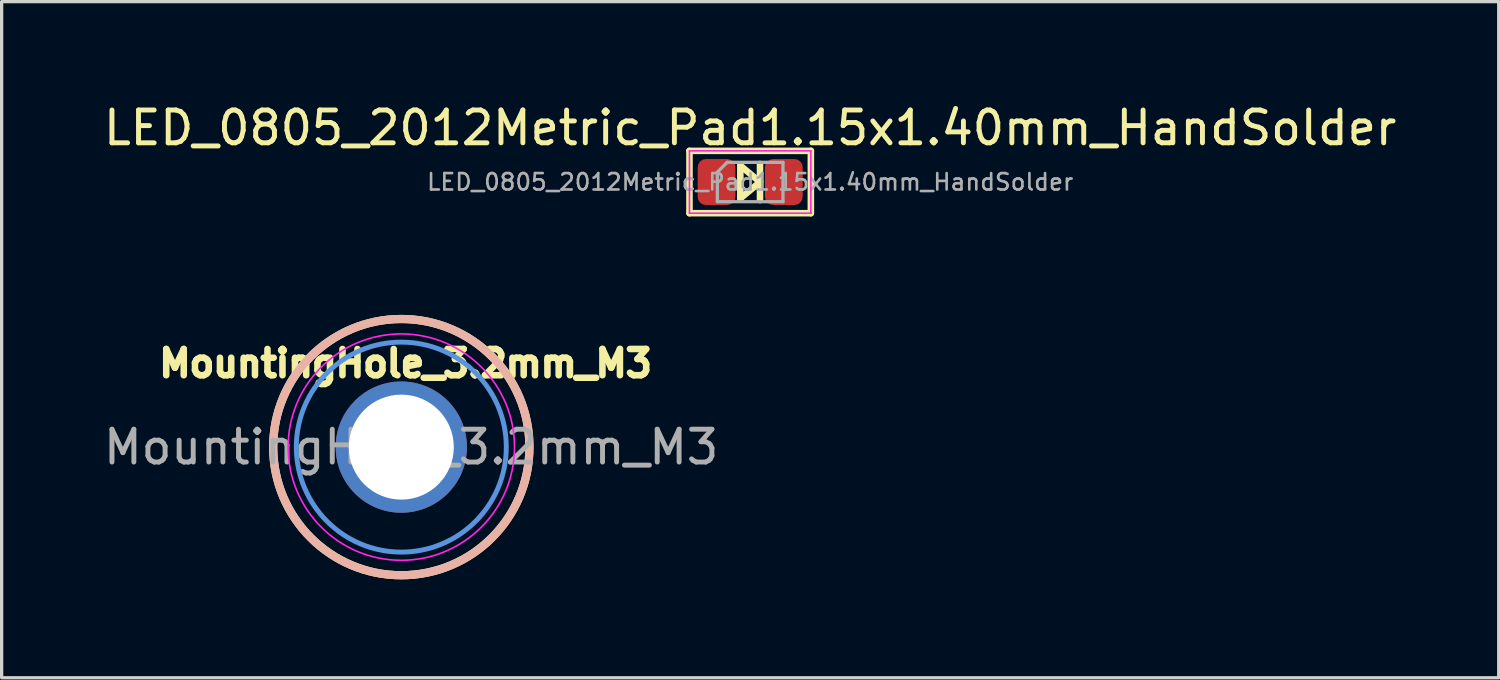
<source format=kicad_pcb>
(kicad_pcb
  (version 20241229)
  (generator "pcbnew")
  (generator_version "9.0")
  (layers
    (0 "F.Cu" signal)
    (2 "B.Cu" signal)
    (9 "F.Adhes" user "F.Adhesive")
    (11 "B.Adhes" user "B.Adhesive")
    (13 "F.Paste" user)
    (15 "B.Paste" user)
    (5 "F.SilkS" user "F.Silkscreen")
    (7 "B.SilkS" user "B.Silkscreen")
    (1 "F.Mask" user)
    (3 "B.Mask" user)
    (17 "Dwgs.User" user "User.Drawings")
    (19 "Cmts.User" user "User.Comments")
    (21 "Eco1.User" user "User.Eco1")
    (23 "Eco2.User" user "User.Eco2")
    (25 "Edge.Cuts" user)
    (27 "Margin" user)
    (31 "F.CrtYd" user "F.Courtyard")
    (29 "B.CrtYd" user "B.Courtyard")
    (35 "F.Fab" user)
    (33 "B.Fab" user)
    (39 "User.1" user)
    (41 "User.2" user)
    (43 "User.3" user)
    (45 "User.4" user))
  (footprint "MountingHole_3.2mm_M3"
    (layer "F.Cu")
    (at 9.182 10.578)
    (property "Reference" "MountingHole_3.2mm_M3" (at 0.13 -2.551 0) (layer "F.SilkS") (effects (font (size 0.8 0.8) (thickness 0.2))))
    (attr exclude_from_pos_files exclude_from_bom)
    (fp_circle (center 0 0) (end 3 2.5) (stroke (width 0.25) (type solid)) (fill no) (layer "F.SilkS"))
    (fp_circle (center 0 0) (end 3 2.5) (stroke (width 0.25) (type solid)) (fill no) (layer "B.SilkS"))
    (fp_circle (center 0 0) (end 3.2 0) (stroke (width 0.15) (type solid)) (fill no) (layer "Cmts.User"))
    (fp_circle (center 0 0) (end 3.45 0) (stroke (width 0.05) (type solid)) (fill no) (layer "F.CrtYd"))
    (fp_text user "${REFERENCE}" (at 0.3 0 0) (layer "F.Fab") (effects (font (size 1 1) (thickness 0.15))))
    (pad "" thru_hole circle (at 0 0) (size 4 4) (drill 3.2) (layers "*.Cu" "*.Mask")))
  (footprint "LED_0805_2012Metric_Pad1.15x1.40mm_HandSolder"
    (layer "F.Cu")
    (at 19.815 2.498)
    (property "Reference" "LED_0805_2012Metric_Pad1.15x1.40mm_HandSolder" (at 0 -1.65 0) (layer "F.SilkS") (effects (font (size 1 1) (thickness 0.15))))
    (attr smd)
    (fp_line (start -1.85 -0.95) (end 1.85 -0.95) (stroke (width 0.2) (type solid)) (layer "F.SilkS"))
    (fp_line (start -1.85 0.95) (end -1.85 -0.95) (stroke (width 0.2) (type solid)) (layer "F.SilkS"))
    (fp_line (start -0.3 -0.5) (end -0.3 0.5) (stroke (width 0.2) (type solid)) (layer "F.SilkS"))
    (fp_line (start -0.3 0.5) (end 0.3 0) (stroke (width 0.2) (type solid)) (layer "F.SilkS"))
    (fp_line (start 0.3 -0.55) (end 0.3 0.55) (stroke (width 0.2) (type solid)) (layer "F.SilkS"))
    (fp_line (start 0.3 0) (end -0.3 -0.5) (stroke (width 0.2) (type solid)) (layer "F.SilkS"))
    (fp_line (start 1.85 -0.95) (end 1.85 0.95) (stroke (width 0.2) (type solid)) (layer "F.SilkS"))
    (fp_line (start 1.85 0.95) (end -1.85 0.95) (stroke (width 0.2) (type solid)) (layer "F.SilkS"))
    (fp_line (start -1.85 -0.95) (end 1.85 -0.95) (stroke (width 0.05) (type solid)) (layer "F.CrtYd"))
    (fp_line (start -1.85 0.95) (end -1.85 -0.95) (stroke (width 0.05) (type solid)) (layer "F.CrtYd"))
    (fp_line (start 1.85 -0.95) (end 1.85 0.95) (stroke (width 0.05) (type solid)) (layer "F.CrtYd"))
    (fp_line (start 1.85 0.95) (end -1.85 0.95) (stroke (width 0.05) (type solid)) (layer "F.CrtYd"))
    (fp_line (start -1 -0.3) (end -1 0.6) (stroke (width 0.1) (type solid)) (layer "F.Fab"))
    (fp_line (start -1 0.6) (end 1 0.6) (stroke (width 0.1) (type solid)) (layer "F.Fab"))
    (fp_line (start -0.7 -0.6) (end -1 -0.3) (stroke (width 0.1) (type solid)) (layer "F.Fab"))
    (fp_line (start 1 -0.6) (end -0.7 -0.6) (stroke (width 0.1) (type solid)) (layer "F.Fab"))
    (fp_line (start 1 0.6) (end 1 -0.6) (stroke (width 0.1) (type solid)) (layer "F.Fab"))
    (fp_text user "${REFERENCE}" (at 0 0 0) (layer "F.Fab") (effects (font (size 0.5 0.5) (thickness 0.08))))
    (pad "1" smd roundrect (at -1.025 0) (size 1.15 1.4) (layers "F.Cu" "F.Mask" "F.Paste") (roundrect_rratio 0.217))
    (pad "2" smd roundrect (at 1.025 0) (size 1.15 1.4) (layers "F.Cu" "F.Mask" "F.Paste") (roundrect_rratio 0.217)))
  (gr_rect
    (start -3 -3)
    (end 42.631 17.608)
    (stroke (width 0.1) (type default))
    (fill no)
    (layer "Edge.Cuts")))
</source>
